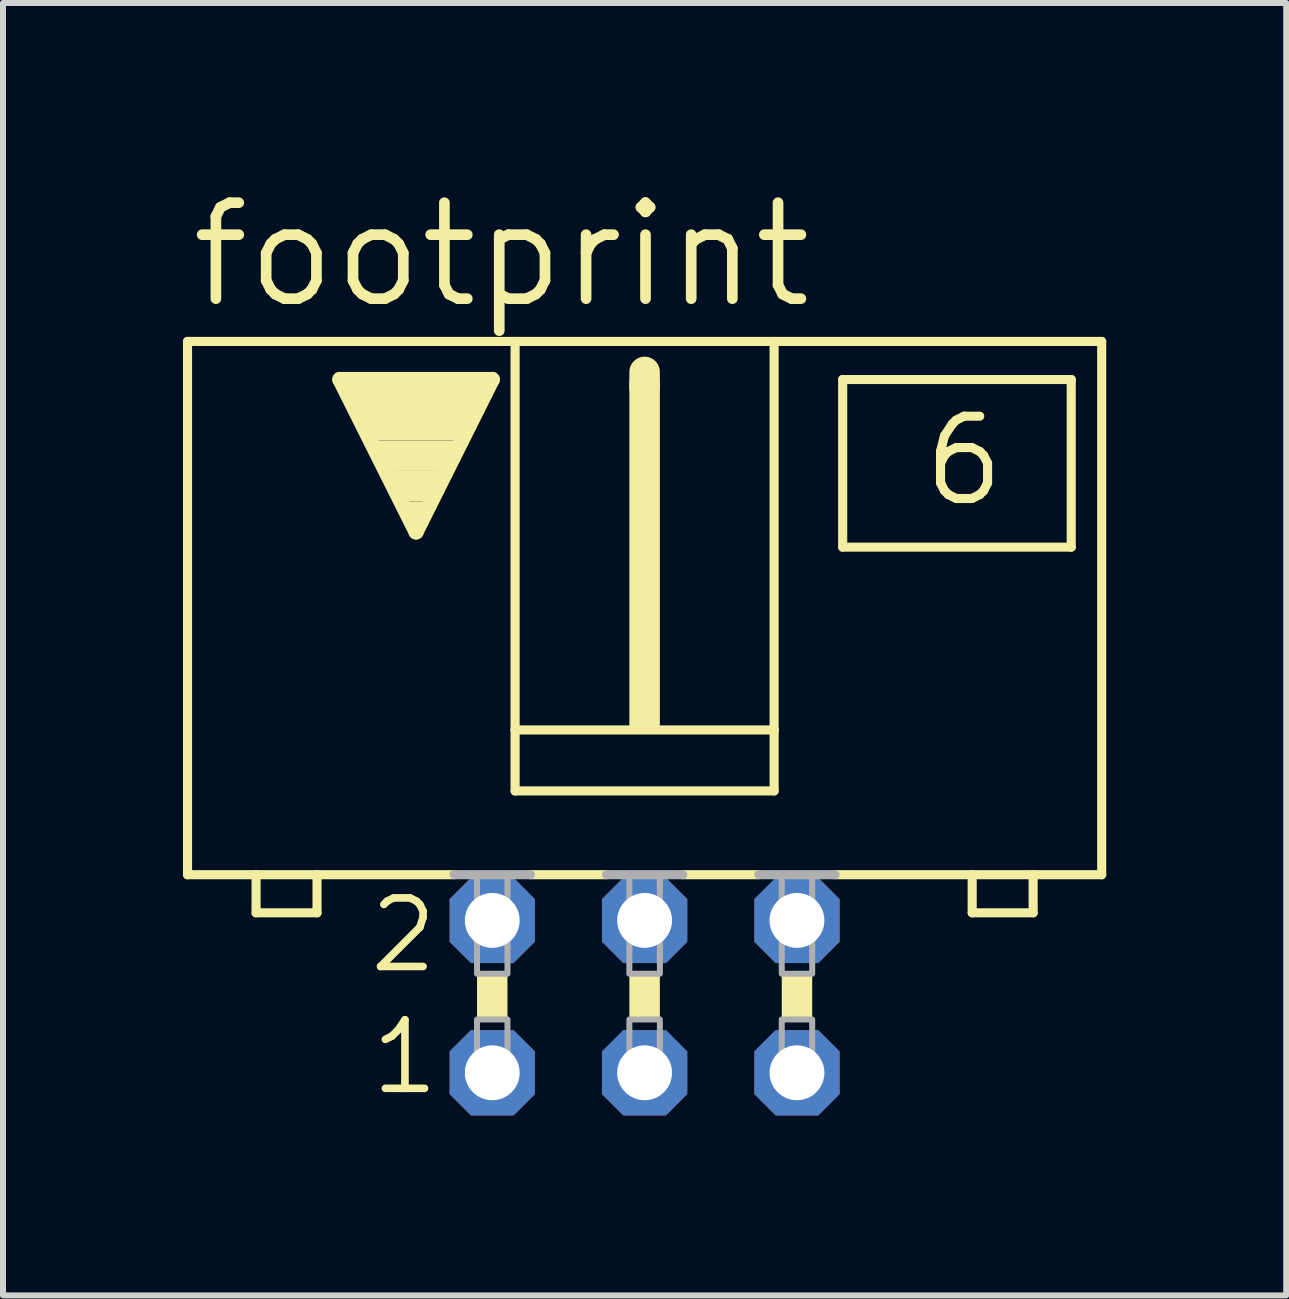
<source format=kicad_pcb>
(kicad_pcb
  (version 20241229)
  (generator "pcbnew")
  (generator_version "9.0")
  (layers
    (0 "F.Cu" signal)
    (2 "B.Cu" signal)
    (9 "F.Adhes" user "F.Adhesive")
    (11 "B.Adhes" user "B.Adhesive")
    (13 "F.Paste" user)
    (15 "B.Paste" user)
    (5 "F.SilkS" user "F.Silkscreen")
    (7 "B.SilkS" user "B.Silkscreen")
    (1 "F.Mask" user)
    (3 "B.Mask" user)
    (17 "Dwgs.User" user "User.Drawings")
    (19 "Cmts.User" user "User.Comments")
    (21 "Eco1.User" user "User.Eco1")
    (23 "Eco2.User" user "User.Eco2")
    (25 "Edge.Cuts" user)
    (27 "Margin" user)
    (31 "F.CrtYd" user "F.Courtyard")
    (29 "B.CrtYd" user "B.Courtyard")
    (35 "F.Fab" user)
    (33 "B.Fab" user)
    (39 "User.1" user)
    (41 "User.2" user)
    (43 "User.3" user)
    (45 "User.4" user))
  (footprint "footprint"
    (layer "F.Cu")
    (at 7.696 13.564)
    (property "Reference" "footprint" (at -7.645 -11.43 0) (layer "F.SilkS") (effects (font (size 1.6 1.6) (thickness 0.178)) (justify left bottom)))
    (fp_line (start -7.62 -10.922) (end -7.62 -2.032) (stroke (width 0.152) (type solid)) (layer "F.SilkS"))
    (fp_line (start -7.62 -2.032) (end -6.477 -2.032) (stroke (width 0.152) (type solid)) (layer "F.SilkS"))
    (fp_line (start -6.477 -2.032) (end -6.477 -1.397) (stroke (width 0.152) (type solid)) (layer "F.SilkS"))
    (fp_line (start -6.477 -2.032) (end -5.461 -2.032) (stroke (width 0.152) (type solid)) (layer "F.SilkS"))
    (fp_line (start -5.461 -2.032) (end -5.461 -1.397) (stroke (width 0.152) (type solid)) (layer "F.SilkS"))
    (fp_line (start -5.461 -2.032) (end -3.175 -2.032) (stroke (width 0.152) (type solid)) (layer "F.SilkS"))
    (fp_line (start -5.461 -1.397) (end -6.477 -1.397) (stroke (width 0.152) (type solid)) (layer "F.SilkS"))
    (fp_line (start -5.08 -10.287) (end -2.54 -10.287) (stroke (width 0.254) (type solid)) (layer "F.SilkS"))
    (fp_line (start -3.81 -7.747) (end -5.08 -10.287) (stroke (width 0.254) (type solid)) (layer "F.SilkS"))
    (fp_line (start -2.54 -10.287) (end -3.81 -7.747) (stroke (width 0.254) (type solid)) (layer "F.SilkS"))
    (fp_line (start -2.159 -10.922) (end -7.62 -10.922) (stroke (width 0.152) (type solid)) (layer "F.SilkS"))
    (fp_line (start -2.159 -10.922) (end -2.159 -4.445) (stroke (width 0.152) (type solid)) (layer "F.SilkS"))
    (fp_line (start -2.159 -10.922) (end 2.159 -10.922) (stroke (width 0.152) (type solid)) (layer "F.SilkS"))
    (fp_line (start -2.159 -4.445) (end -2.159 -3.429) (stroke (width 0.152) (type solid)) (layer "F.SilkS"))
    (fp_line (start -1.905 -2.032) (end -0.635 -2.032) (stroke (width 0.152) (type solid)) (layer "F.SilkS"))
    (fp_line (start 0 -10.16) (end 0 -10.414) (stroke (width 0.508) (type solid)) (layer "F.SilkS"))
    (fp_line (start 0.635 -2.032) (end 1.905 -2.032) (stroke (width 0.152) (type solid)) (layer "F.SilkS"))
    (fp_line (start 2.159 -10.922) (end 2.159 -4.445) (stroke (width 0.152) (type solid)) (layer "F.SilkS"))
    (fp_line (start 2.159 -10.922) (end 7.62 -10.922) (stroke (width 0.152) (type solid)) (layer "F.SilkS"))
    (fp_line (start 2.159 -4.445) (end -2.159 -4.445) (stroke (width 0.152) (type solid)) (layer "F.SilkS"))
    (fp_line (start 2.159 -4.445) (end 2.159 -3.429) (stroke (width 0.152) (type solid)) (layer "F.SilkS"))
    (fp_line (start 2.159 -3.429) (end -2.159 -3.429) (stroke (width 0.152) (type solid)) (layer "F.SilkS"))
    (fp_line (start 3.302 -10.287) (end 3.302 -7.493) (stroke (width 0.152) (type solid)) (layer "F.SilkS"))
    (fp_line (start 3.302 -7.493) (end 7.112 -7.493) (stroke (width 0.152) (type solid)) (layer "F.SilkS"))
    (fp_line (start 5.461 -2.032) (end 3.175 -2.032) (stroke (width 0.152) (type solid)) (layer "F.SilkS"))
    (fp_line (start 5.461 -2.032) (end 5.461 -1.397) (stroke (width 0.152) (type solid)) (layer "F.SilkS"))
    (fp_line (start 5.461 -1.397) (end 6.477 -1.397) (stroke (width 0.152) (type solid)) (layer "F.SilkS"))
    (fp_line (start 6.477 -2.032) (end 5.461 -2.032) (stroke (width 0.152) (type solid)) (layer "F.SilkS"))
    (fp_line (start 6.477 -2.032) (end 6.477 -1.397) (stroke (width 0.152) (type solid)) (layer "F.SilkS"))
    (fp_line (start 7.112 -10.287) (end 3.302 -10.287) (stroke (width 0.152) (type solid)) (layer "F.SilkS"))
    (fp_line (start 7.112 -10.287) (end 7.112 -7.493) (stroke (width 0.152) (type solid)) (layer "F.SilkS"))
    (fp_line (start 7.62 -10.922) (end 7.62 -2.032) (stroke (width 0.152) (type solid)) (layer "F.SilkS"))
    (fp_line (start 7.62 -2.032) (end 6.477 -2.032) (stroke (width 0.152) (type solid)) (layer "F.SilkS"))
    (fp_poly (pts (xy -4.953 -9.779) (xy -2.667 -9.779) (xy -2.667 -10.287) (xy -4.953 -10.287)) (stroke (width 0) (type solid)) (fill yes) (layer "F.SilkS"))
    (fp_poly (pts (xy -4.699 -9.271) (xy -2.921 -9.271) (xy -2.921 -9.779) (xy -4.699 -9.779)) (stroke (width 0) (type solid)) (fill yes) (layer "F.SilkS"))
    (fp_poly (pts (xy -4.445 -8.763) (xy -3.175 -8.763) (xy -3.175 -9.271) (xy -4.445 -9.271)) (stroke (width 0) (type solid)) (fill yes) (layer "F.SilkS"))
    (fp_poly (pts (xy -4.191 -8.255) (xy -3.429 -8.255) (xy -3.429 -8.763) (xy -4.191 -8.763)) (stroke (width 0) (type solid)) (fill yes) (layer "F.SilkS"))
    (fp_poly (pts (xy -3.937 -8.001) (xy -3.683 -8.001) (xy -3.683 -8.255) (xy -3.937 -8.255)) (stroke (width 0) (type solid)) (fill yes) (layer "F.SilkS"))
    (fp_poly (pts (xy -2.794 0.381) (xy -2.286 0.381) (xy -2.286 -0.381) (xy -2.794 -0.381)) (stroke (width 0) (type solid)) (fill yes) (layer "F.SilkS"))
    (fp_poly (pts (xy -0.254 -4.445) (xy 0.254 -4.445) (xy 0.254 -10.287) (xy -0.254 -10.287)) (stroke (width 0) (type solid)) (fill yes) (layer "F.SilkS"))
    (fp_poly (pts (xy -0.254 0.381) (xy 0.254 0.381) (xy 0.254 -0.381) (xy -0.254 -0.381)) (stroke (width 0) (type solid)) (fill yes) (layer "F.SilkS"))
    (fp_poly (pts (xy 2.286 0.381) (xy 2.794 0.381) (xy 2.794 -0.381) (xy 2.286 -0.381)) (stroke (width 0) (type solid)) (fill yes) (layer "F.SilkS"))
    (fp_line (start -3.175 -2.032) (end -1.905 -2.032) (stroke (width 0.152) (type solid)) (layer "F.Fab"))
    (fp_line (start -0.635 -2.032) (end 0.635 -2.032) (stroke (width 0.152) (type solid)) (layer "F.Fab"))
    (fp_line (start 1.905 -2.032) (end 3.175 -2.032) (stroke (width 0.152) (type solid)) (layer "F.Fab"))
    (fp_poly (pts (xy -2.794 -0.381) (xy -2.286 -0.381) (xy -2.286 -2.032) (xy -2.794 -2.032)) (stroke (width 0.1) (type solid)) (fill no) (layer "F.Fab"))
    (fp_poly (pts (xy -2.794 1.524) (xy -2.286 1.524) (xy -2.286 0.381) (xy -2.794 0.381)) (stroke (width 0.1) (type solid)) (fill no) (layer "F.Fab"))
    (fp_poly (pts (xy -0.254 -0.381) (xy 0.254 -0.381) (xy 0.254 -2.032) (xy -0.254 -2.032)) (stroke (width 0.1) (type solid)) (fill no) (layer "F.Fab"))
    (fp_poly (pts (xy -0.254 1.524) (xy 0.254 1.524) (xy 0.254 0.381) (xy -0.254 0.381)) (stroke (width 0.1) (type solid)) (fill no) (layer "F.Fab"))
    (fp_poly (pts (xy 2.286 -0.381) (xy 2.794 -0.381) (xy 2.794 -2.032) (xy 2.286 -2.032)) (stroke (width 0.1) (type solid)) (fill no) (layer "F.Fab"))
    (fp_poly (pts (xy 2.286 1.524) (xy 2.794 1.524) (xy 2.794 0.381) (xy 2.286 0.381)) (stroke (width 0.1) (type solid)) (fill no) (layer "F.Fab"))
    (fp_text user "6" (at 4.572 -8.128 0) (layer "F.SilkS") (effects (font (size 1.372 1.372) (thickness 0.152)) (justify left bottom)))
    (fp_text user "1" (at -4.623 1.676 0) (layer "F.SilkS") (effects (font (size 1.143 1.143) (thickness 0.127)) (justify left bottom)))
    (fp_text user "2" (at -4.648 -0.356 0) (layer "F.SilkS") (effects (font (size 1.143 1.143) (thickness 0.127)) (justify left bottom)))
    (pad "1" thru_hole roundrect (at -2.54 1.27) (size 1.422 1.422) (drill 0.914) (layers "*.Cu" "*.Mask") (roundrect_rratio 0.25) (chamfer_ratio 0.25) (chamfer top_left top_right bottom_left bottom_right))
    (pad "2" thru_hole roundrect (at -2.54 -1.27) (size 1.422 1.422) (drill 0.914) (layers "*.Cu" "*.Mask") (roundrect_rratio 0.25) (chamfer_ratio 0.25) (chamfer top_left top_right bottom_left bottom_right))
    (pad "3" thru_hole roundrect (at 0 1.27) (size 1.422 1.422) (drill 0.914) (layers "*.Cu" "*.Mask") (roundrect_rratio 0.25) (chamfer_ratio 0.25) (chamfer top_left top_right bottom_left bottom_right))
    (pad "4" thru_hole roundrect (at 0 -1.27) (size 1.422 1.422) (drill 0.914) (layers "*.Cu" "*.Mask") (roundrect_rratio 0.25) (chamfer_ratio 0.25) (chamfer top_left top_right bottom_left bottom_right))
    (pad "5" thru_hole roundrect (at 2.54 1.27) (size 1.422 1.422) (drill 0.914) (layers "*.Cu" "*.Mask") (roundrect_rratio 0.25) (chamfer_ratio 0.25) (chamfer top_left top_right bottom_left bottom_right))
    (pad "6" thru_hole roundrect (at 2.54 -1.27) (size 1.422 1.422) (drill 0.914) (layers "*.Cu" "*.Mask") (roundrect_rratio 0.25) (chamfer_ratio 0.25) (chamfer top_left top_right bottom_left bottom_right)))
  (gr_rect
    (start -3 -3)
    (end 18.392 18.545)
    (stroke (width 0.1) (type default))
    (fill no)
    (layer "Edge.Cuts")))
</source>
